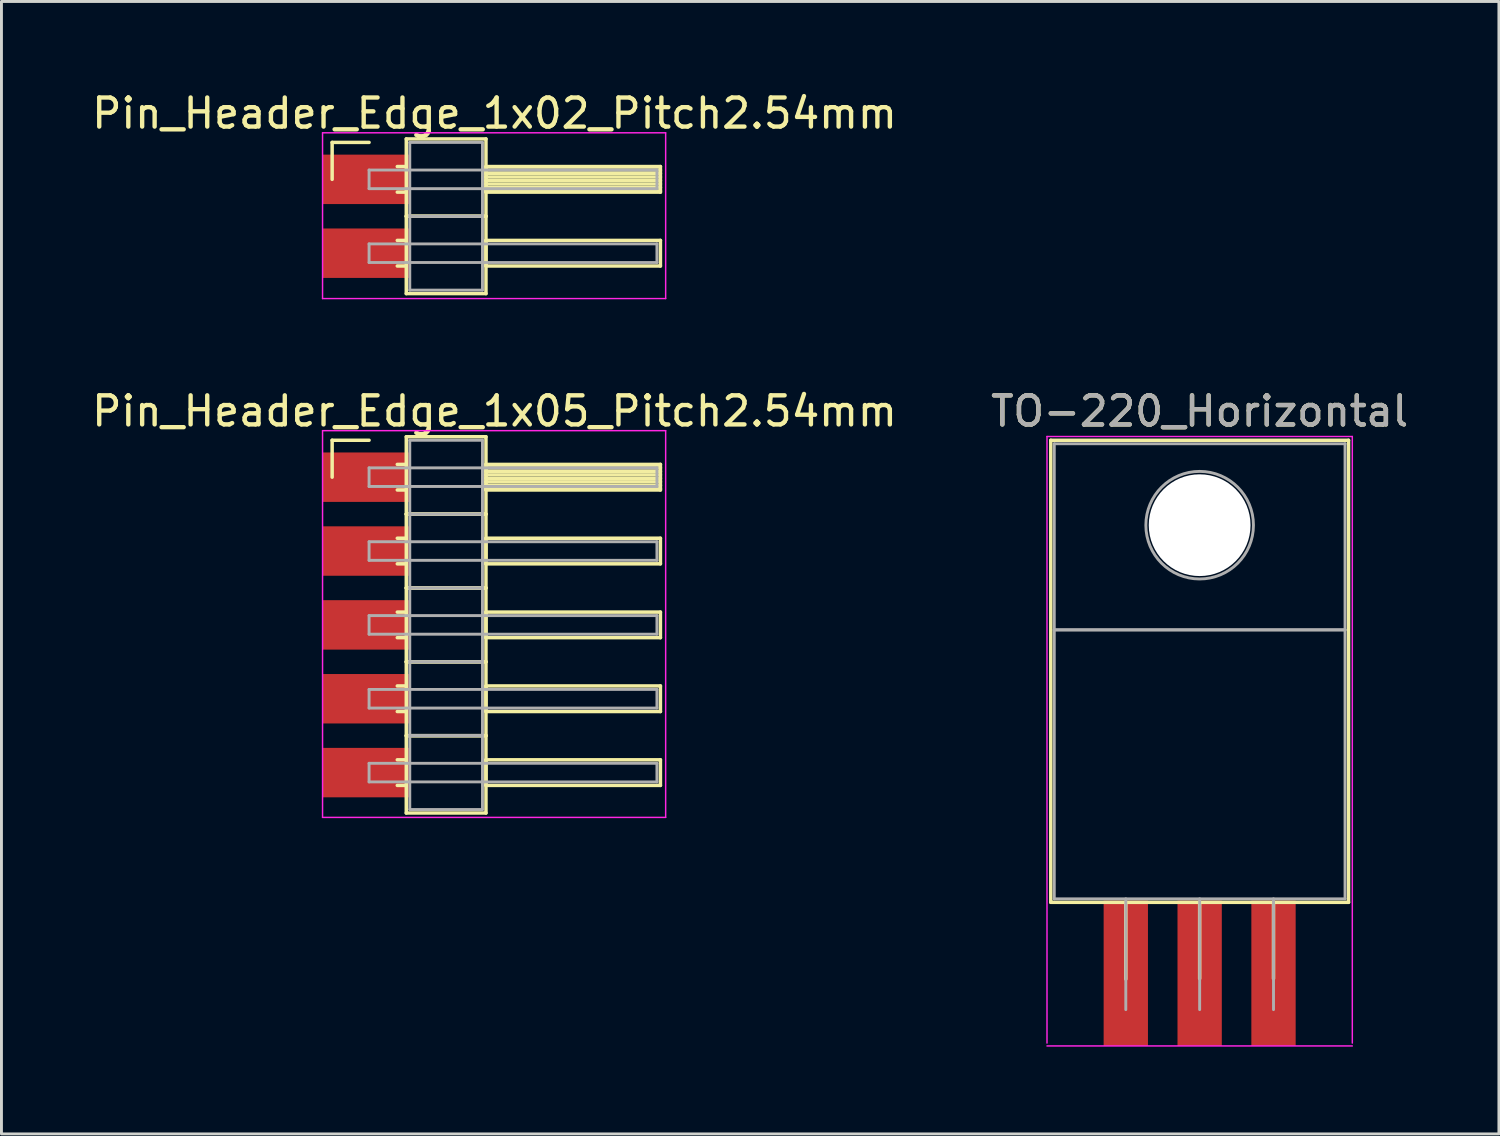
<source format=kicad_pcb>
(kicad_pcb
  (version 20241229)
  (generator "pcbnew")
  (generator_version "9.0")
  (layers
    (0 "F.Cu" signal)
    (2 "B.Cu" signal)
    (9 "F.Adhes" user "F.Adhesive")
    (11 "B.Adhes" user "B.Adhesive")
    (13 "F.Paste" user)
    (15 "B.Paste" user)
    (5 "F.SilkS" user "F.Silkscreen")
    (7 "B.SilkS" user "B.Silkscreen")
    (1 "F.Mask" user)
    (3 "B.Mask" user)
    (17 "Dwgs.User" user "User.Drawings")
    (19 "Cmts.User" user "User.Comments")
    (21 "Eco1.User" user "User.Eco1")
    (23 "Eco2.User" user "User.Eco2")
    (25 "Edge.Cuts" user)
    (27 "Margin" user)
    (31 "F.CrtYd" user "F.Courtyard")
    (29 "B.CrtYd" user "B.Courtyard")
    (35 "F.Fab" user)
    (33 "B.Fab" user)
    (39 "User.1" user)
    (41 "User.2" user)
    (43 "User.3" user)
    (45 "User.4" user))
  (footprint "Pin_Header_Edge_1x05_Pitch2.54mm"
    (layer "F.Cu")
    (at 9.643 13.361)
    (property "Reference" "Pin_Header_Edge_1x05_Pitch2.54mm" (at 4.315 -2.27 0) (layer "F.SilkS") (effects (font (size 1 1) (thickness 0.15))))
    (attr through_hole)
    (fp_line (start -1.27 -1.27) (end 0 -1.27) (stroke (width 0.12) (type solid)) (layer "F.SilkS"))
    (fp_line (start -1.27 0) (end -1.27 -1.27) (stroke (width 0.12) (type solid)) (layer "F.SilkS"))
    (fp_line (start 0.97 -0.44) (end 1.28 -0.44) (stroke (width 0.12) (type solid)) (layer "F.SilkS"))
    (fp_line (start 0.97 0.44) (end 1.28 0.44) (stroke (width 0.12) (type solid)) (layer "F.SilkS"))
    (fp_line (start 0.97 2.1) (end 1.28 2.1) (stroke (width 0.12) (type solid)) (layer "F.SilkS"))
    (fp_line (start 0.97 2.98) (end 1.28 2.98) (stroke (width 0.12) (type solid)) (layer "F.SilkS"))
    (fp_line (start 0.97 4.64) (end 1.28 4.64) (stroke (width 0.12) (type solid)) (layer "F.SilkS"))
    (fp_line (start 0.97 5.52) (end 1.28 5.52) (stroke (width 0.12) (type solid)) (layer "F.SilkS"))
    (fp_line (start 0.97 7.18) (end 1.28 7.18) (stroke (width 0.12) (type solid)) (layer "F.SilkS"))
    (fp_line (start 0.97 8.06) (end 1.28 8.06) (stroke (width 0.12) (type solid)) (layer "F.SilkS"))
    (fp_line (start 0.97 9.72) (end 1.28 9.72) (stroke (width 0.12) (type solid)) (layer "F.SilkS"))
    (fp_line (start 0.97 10.6) (end 1.28 10.6) (stroke (width 0.12) (type solid)) (layer "F.SilkS"))
    (fp_line (start 1.28 -1.39) (end 1.28 1.27) (stroke (width 0.12) (type solid)) (layer "F.SilkS"))
    (fp_line (start 1.28 1.27) (end 1.28 3.81) (stroke (width 0.12) (type solid)) (layer "F.SilkS"))
    (fp_line (start 1.28 1.27) (end 4.02 1.27) (stroke (width 0.12) (type solid)) (layer "F.SilkS"))
    (fp_line (start 1.28 3.81) (end 1.28 6.35) (stroke (width 0.12) (type solid)) (layer "F.SilkS"))
    (fp_line (start 1.28 3.81) (end 4.02 3.81) (stroke (width 0.12) (type solid)) (layer "F.SilkS"))
    (fp_line (start 1.28 6.35) (end 1.28 8.89) (stroke (width 0.12) (type solid)) (layer "F.SilkS"))
    (fp_line (start 1.28 6.35) (end 4.02 6.35) (stroke (width 0.12) (type solid)) (layer "F.SilkS"))
    (fp_line (start 1.28 8.89) (end 1.28 11.55) (stroke (width 0.12) (type solid)) (layer "F.SilkS"))
    (fp_line (start 1.28 8.89) (end 4.02 8.89) (stroke (width 0.12) (type solid)) (layer "F.SilkS"))
    (fp_line (start 1.28 11.55) (end 4.02 11.55) (stroke (width 0.12) (type solid)) (layer "F.SilkS"))
    (fp_line (start 4.02 -1.39) (end 1.28 -1.39) (stroke (width 0.12) (type solid)) (layer "F.SilkS"))
    (fp_line (start 4.02 -0.44) (end 4.02 0.44) (stroke (width 0.12) (type solid)) (layer "F.SilkS"))
    (fp_line (start 4.02 -0.32) (end 10.02 -0.32) (stroke (width 0.12) (type solid)) (layer "F.SilkS"))
    (fp_line (start 4.02 -0.2) (end 10.02 -0.2) (stroke (width 0.12) (type solid)) (layer "F.SilkS"))
    (fp_line (start 4.02 -0.08) (end 10.02 -0.08) (stroke (width 0.12) (type solid)) (layer "F.SilkS"))
    (fp_line (start 4.02 0.04) (end 10.02 0.04) (stroke (width 0.12) (type solid)) (layer "F.SilkS"))
    (fp_line (start 4.02 0.16) (end 10.02 0.16) (stroke (width 0.12) (type solid)) (layer "F.SilkS"))
    (fp_line (start 4.02 0.28) (end 10.02 0.28) (stroke (width 0.12) (type solid)) (layer "F.SilkS"))
    (fp_line (start 4.02 0.4) (end 10.02 0.4) (stroke (width 0.12) (type solid)) (layer "F.SilkS"))
    (fp_line (start 4.02 0.44) (end 10.02 0.44) (stroke (width 0.12) (type solid)) (layer "F.SilkS"))
    (fp_line (start 4.02 1.27) (end 1.28 1.27) (stroke (width 0.12) (type solid)) (layer "F.SilkS"))
    (fp_line (start 4.02 1.27) (end 4.02 -1.39) (stroke (width 0.12) (type solid)) (layer "F.SilkS"))
    (fp_line (start 4.02 2.1) (end 4.02 2.98) (stroke (width 0.12) (type solid)) (layer "F.SilkS"))
    (fp_line (start 4.02 2.98) (end 10.02 2.98) (stroke (width 0.12) (type solid)) (layer "F.SilkS"))
    (fp_line (start 4.02 3.81) (end 1.28 3.81) (stroke (width 0.12) (type solid)) (layer "F.SilkS"))
    (fp_line (start 4.02 3.81) (end 4.02 1.27) (stroke (width 0.12) (type solid)) (layer "F.SilkS"))
    (fp_line (start 4.02 4.64) (end 4.02 5.52) (stroke (width 0.12) (type solid)) (layer "F.SilkS"))
    (fp_line (start 4.02 5.52) (end 10.02 5.52) (stroke (width 0.12) (type solid)) (layer "F.SilkS"))
    (fp_line (start 4.02 6.35) (end 1.28 6.35) (stroke (width 0.12) (type solid)) (layer "F.SilkS"))
    (fp_line (start 4.02 6.35) (end 4.02 3.81) (stroke (width 0.12) (type solid)) (layer "F.SilkS"))
    (fp_line (start 4.02 7.18) (end 4.02 8.06) (stroke (width 0.12) (type solid)) (layer "F.SilkS"))
    (fp_line (start 4.02 8.06) (end 10.02 8.06) (stroke (width 0.12) (type solid)) (layer "F.SilkS"))
    (fp_line (start 4.02 8.89) (end 1.28 8.89) (stroke (width 0.12) (type solid)) (layer "F.SilkS"))
    (fp_line (start 4.02 8.89) (end 4.02 6.35) (stroke (width 0.12) (type solid)) (layer "F.SilkS"))
    (fp_line (start 4.02 9.72) (end 4.02 10.6) (stroke (width 0.12) (type solid)) (layer "F.SilkS"))
    (fp_line (start 4.02 10.6) (end 10.02 10.6) (stroke (width 0.12) (type solid)) (layer "F.SilkS"))
    (fp_line (start 4.02 11.55) (end 4.02 8.89) (stroke (width 0.12) (type solid)) (layer "F.SilkS"))
    (fp_line (start 10.02 -0.44) (end 4.02 -0.44) (stroke (width 0.12) (type solid)) (layer "F.SilkS"))
    (fp_line (start 10.02 0.44) (end 10.02 -0.44) (stroke (width 0.12) (type solid)) (layer "F.SilkS"))
    (fp_line (start 10.02 2.1) (end 4.02 2.1) (stroke (width 0.12) (type solid)) (layer "F.SilkS"))
    (fp_line (start 10.02 2.98) (end 10.02 2.1) (stroke (width 0.12) (type solid)) (layer "F.SilkS"))
    (fp_line (start 10.02 4.64) (end 4.02 4.64) (stroke (width 0.12) (type solid)) (layer "F.SilkS"))
    (fp_line (start 10.02 5.52) (end 10.02 4.64) (stroke (width 0.12) (type solid)) (layer "F.SilkS"))
    (fp_line (start 10.02 7.18) (end 4.02 7.18) (stroke (width 0.12) (type solid)) (layer "F.SilkS"))
    (fp_line (start 10.02 8.06) (end 10.02 7.18) (stroke (width 0.12) (type solid)) (layer "F.SilkS"))
    (fp_line (start 10.02 9.72) (end 4.02 9.72) (stroke (width 0.12) (type solid)) (layer "F.SilkS"))
    (fp_line (start 10.02 10.6) (end 10.02 9.72) (stroke (width 0.12) (type solid)) (layer "F.SilkS"))
    (fp_line (start -1.6 -1.6) (end -1.6 11.7) (stroke (width 0.05) (type solid)) (layer "F.CrtYd"))
    (fp_line (start -1.6 11.7) (end 10.2 11.7) (stroke (width 0.05) (type solid)) (layer "F.CrtYd"))
    (fp_line (start 10.2 -1.6) (end -1.6 -1.6) (stroke (width 0.05) (type solid)) (layer "F.CrtYd"))
    (fp_line (start 10.2 11.7) (end 10.2 -1.6) (stroke (width 0.05) (type solid)) (layer "F.CrtYd"))
    (fp_line (start 0 -0.32) (end 0 0.32) (stroke (width 0.1) (type solid)) (layer "F.Fab"))
    (fp_line (start 0 0.32) (end 9.9 0.32) (stroke (width 0.1) (type solid)) (layer "F.Fab"))
    (fp_line (start 0 2.22) (end 0 2.86) (stroke (width 0.1) (type solid)) (layer "F.Fab"))
    (fp_line (start 0 2.86) (end 9.9 2.86) (stroke (width 0.1) (type solid)) (layer "F.Fab"))
    (fp_line (start 0 4.76) (end 0 5.4) (stroke (width 0.1) (type solid)) (layer "F.Fab"))
    (fp_line (start 0 5.4) (end 9.9 5.4) (stroke (width 0.1) (type solid)) (layer "F.Fab"))
    (fp_line (start 0 7.3) (end 0 7.94) (stroke (width 0.1) (type solid)) (layer "F.Fab"))
    (fp_line (start 0 7.94) (end 9.9 7.94) (stroke (width 0.1) (type solid)) (layer "F.Fab"))
    (fp_line (start 0 9.84) (end 0 10.48) (stroke (width 0.1) (type solid)) (layer "F.Fab"))
    (fp_line (start 0 10.48) (end 9.9 10.48) (stroke (width 0.1) (type solid)) (layer "F.Fab"))
    (fp_line (start 1.4 -1.27) (end 1.4 1.27) (stroke (width 0.1) (type solid)) (layer "F.Fab"))
    (fp_line (start 1.4 1.27) (end 1.4 3.81) (stroke (width 0.1) (type solid)) (layer "F.Fab"))
    (fp_line (start 1.4 1.27) (end 3.9 1.27) (stroke (width 0.1) (type solid)) (layer "F.Fab"))
    (fp_line (start 1.4 3.81) (end 1.4 6.35) (stroke (width 0.1) (type solid)) (layer "F.Fab"))
    (fp_line (start 1.4 3.81) (end 3.9 3.81) (stroke (width 0.1) (type solid)) (layer "F.Fab"))
    (fp_line (start 1.4 6.35) (end 1.4 8.89) (stroke (width 0.1) (type solid)) (layer "F.Fab"))
    (fp_line (start 1.4 6.35) (end 3.9 6.35) (stroke (width 0.1) (type solid)) (layer "F.Fab"))
    (fp_line (start 1.4 8.89) (end 1.4 11.43) (stroke (width 0.1) (type solid)) (layer "F.Fab"))
    (fp_line (start 1.4 8.89) (end 3.9 8.89) (stroke (width 0.1) (type solid)) (layer "F.Fab"))
    (fp_line (start 1.4 11.43) (end 3.9 11.43) (stroke (width 0.1) (type solid)) (layer "F.Fab"))
    (fp_line (start 3.9 -1.27) (end 1.4 -1.27) (stroke (width 0.1) (type solid)) (layer "F.Fab"))
    (fp_line (start 3.9 1.27) (end 1.4 1.27) (stroke (width 0.1) (type solid)) (layer "F.Fab"))
    (fp_line (start 3.9 1.27) (end 3.9 -1.27) (stroke (width 0.1) (type solid)) (layer "F.Fab"))
    (fp_line (start 3.9 3.81) (end 1.4 3.81) (stroke (width 0.1) (type solid)) (layer "F.Fab"))
    (fp_line (start 3.9 3.81) (end 3.9 1.27) (stroke (width 0.1) (type solid)) (layer "F.Fab"))
    (fp_line (start 3.9 6.35) (end 1.4 6.35) (stroke (width 0.1) (type solid)) (layer "F.Fab"))
    (fp_line (start 3.9 6.35) (end 3.9 3.81) (stroke (width 0.1) (type solid)) (layer "F.Fab"))
    (fp_line (start 3.9 8.89) (end 1.4 8.89) (stroke (width 0.1) (type solid)) (layer "F.Fab"))
    (fp_line (start 3.9 8.89) (end 3.9 6.35) (stroke (width 0.1) (type solid)) (layer "F.Fab"))
    (fp_line (start 3.9 11.43) (end 3.9 8.89) (stroke (width 0.1) (type solid)) (layer "F.Fab"))
    (fp_line (start 9.9 -0.32) (end 0 -0.32) (stroke (width 0.1) (type solid)) (layer "F.Fab"))
    (fp_line (start 9.9 0.32) (end 9.9 -0.32) (stroke (width 0.1) (type solid)) (layer "F.Fab"))
    (fp_line (start 9.9 2.22) (end 0 2.22) (stroke (width 0.1) (type solid)) (layer "F.Fab"))
    (fp_line (start 9.9 2.86) (end 9.9 2.22) (stroke (width 0.1) (type solid)) (layer "F.Fab"))
    (fp_line (start 9.9 4.76) (end 0 4.76) (stroke (width 0.1) (type solid)) (layer "F.Fab"))
    (fp_line (start 9.9 5.4) (end 9.9 4.76) (stroke (width 0.1) (type solid)) (layer "F.Fab"))
    (fp_line (start 9.9 7.3) (end 0 7.3) (stroke (width 0.1) (type solid)) (layer "F.Fab"))
    (fp_line (start 9.9 7.94) (end 9.9 7.3) (stroke (width 0.1) (type solid)) (layer "F.Fab"))
    (fp_line (start 9.9 9.84) (end 0 9.84) (stroke (width 0.1) (type solid)) (layer "F.Fab"))
    (fp_line (start 9.9 10.48) (end 9.9 9.84) (stroke (width 0.1) (type solid)) (layer "F.Fab"))
    (pad "1" smd rect (at -0.1 0) (size 3 1.7) (layers "F.Cu" "F.Mask" "F.Paste"))
    (pad "2" smd rect (at -0.1 2.54) (size 3 1.7) (layers "F.Cu" "F.Mask" "F.Paste"))
    (pad "3" smd rect (at -0.1 5.08) (size 3 1.7) (layers "F.Cu" "F.Mask" "F.Paste"))
    (pad "4" smd rect (at -0.1 7.62) (size 3 1.7) (layers "F.Cu" "F.Mask" "F.Paste"))
    (pad "5" smd rect (at -0.1 10.16) (size 3 1.7) (layers "F.Cu" "F.Mask" "F.Paste")))
  (footprint "TO-220_Horizontal"
    (layer "F.Cu")
    (at 35.668 31.672)
    (property "Reference" "TO-220_Horizontal" (at 2.54 -20.58 0) (layer "F.SilkS") (effects (font (size 1 1) (thickness 0.15))))
    (attr through_hole)
    (fp_line (start -2.58 -19.58) (end -2.58 -3.69) (stroke (width 0.12) (type solid)) (layer "F.SilkS"))
    (fp_line (start -2.58 -19.58) (end 7.66 -19.58) (stroke (width 0.12) (type solid)) (layer "F.SilkS"))
    (fp_line (start -2.58 -3.69) (end 7.66 -3.69) (stroke (width 0.12) (type solid)) (layer "F.SilkS"))
    (fp_line (start 0 -3.69) (end 0 -1.05) (stroke (width 0.12) (type solid)) (layer "F.SilkS"))
    (fp_line (start 2.54 -3.69) (end 2.54 -1.066) (stroke (width 0.12) (type solid)) (layer "F.SilkS"))
    (fp_line (start 5.08 -3.69) (end 5.08 -1.066) (stroke (width 0.12) (type solid)) (layer "F.SilkS"))
    (fp_line (start 7.66 -19.58) (end 7.66 -3.69) (stroke (width 0.12) (type solid)) (layer "F.SilkS"))
    (fp_line (start -2.71 -19.71) (end -2.71 1.15) (stroke (width 0.05) (type solid)) (layer "F.CrtYd"))
    (fp_line (start -2.71 1.25) (end 7.79 1.25) (stroke (width 0.05) (type solid)) (layer "F.CrtYd"))
    (fp_line (start 7.79 -19.71) (end -2.71 -19.71) (stroke (width 0.05) (type solid)) (layer "F.CrtYd"))
    (fp_line (start 7.79 1.15) (end 7.79 -19.71) (stroke (width 0.05) (type solid)) (layer "F.CrtYd"))
    (fp_line (start -2.46 -19.46) (end 7.54 -19.46) (stroke (width 0.1) (type solid)) (layer "F.Fab"))
    (fp_line (start -2.46 -13.06) (end -2.46 -19.46) (stroke (width 0.1) (type solid)) (layer "F.Fab"))
    (fp_line (start -2.46 -13.06) (end 7.54 -13.06) (stroke (width 0.1) (type solid)) (layer "F.Fab"))
    (fp_line (start -2.46 -3.81) (end -2.46 -13.06) (stroke (width 0.1) (type solid)) (layer "F.Fab"))
    (fp_line (start 0 -3.81) (end 0 0) (stroke (width 0.1) (type solid)) (layer "F.Fab"))
    (fp_line (start 2.54 -3.81) (end 2.54 0) (stroke (width 0.1) (type solid)) (layer "F.Fab"))
    (fp_line (start 5.08 -3.81) (end 5.08 0) (stroke (width 0.1) (type solid)) (layer "F.Fab"))
    (fp_line (start 7.54 -19.46) (end 7.54 -13.06) (stroke (width 0.1) (type solid)) (layer "F.Fab"))
    (fp_line (start 7.54 -13.06) (end -2.46 -13.06) (stroke (width 0.1) (type solid)) (layer "F.Fab"))
    (fp_line (start 7.54 -13.06) (end 7.54 -3.81) (stroke (width 0.1) (type solid)) (layer "F.Fab"))
    (fp_line (start 7.54 -3.81) (end -2.46 -3.81) (stroke (width 0.1) (type solid)) (layer "F.Fab"))
    (fp_circle (center 2.54 -16.66) (end 4.39 -16.66) (stroke (width 0.1) (type solid)) (fill no) (layer "F.Fab"))
    (fp_text user "${REFERENCE}" (at 2.54 -20.58 0) (layer "F.Fab") (effects (font (size 1 1) (thickness 0.15))))
    (pad "" np_thru_hole oval (at 2.54 -16.66) (size 3.5 3.5) (drill 3.5) (layers "*.Cu" "*.Mask"))
    (pad "1" smd rect (at 0 -1.25) (size 1.524 5) (layers "F.Cu" "F.Mask" "F.Paste"))
    (pad "2" smd rect (at 2.54 -1.25) (size 1.524 5) (layers "F.Cu" "F.Mask" "F.Paste"))
    (pad "3" smd rect (at 5.08 -1.25) (size 1.524 5) (layers "F.Cu" "F.Mask" "F.Paste")))
  (footprint "Pin_Header_Edge_1x02_Pitch2.54mm"
    (layer "F.Cu")
    (at 9.643 3.118)
    (property "Reference" "Pin_Header_Edge_1x02_Pitch2.54mm" (at 4.315 -2.27 0) (layer "F.SilkS") (effects (font (size 1 1) (thickness 0.15))))
    (attr through_hole)
    (fp_line (start -1.27 -1.27) (end 0 -1.27) (stroke (width 0.12) (type solid)) (layer "F.SilkS"))
    (fp_line (start -1.27 0) (end -1.27 -1.27) (stroke (width 0.12) (type solid)) (layer "F.SilkS"))
    (fp_line (start 0.97 -0.44) (end 1.28 -0.44) (stroke (width 0.12) (type solid)) (layer "F.SilkS"))
    (fp_line (start 0.97 0.44) (end 1.28 0.44) (stroke (width 0.12) (type solid)) (layer "F.SilkS"))
    (fp_line (start 0.97 2.1) (end 1.28 2.1) (stroke (width 0.12) (type solid)) (layer "F.SilkS"))
    (fp_line (start 0.97 2.98) (end 1.28 2.98) (stroke (width 0.12) (type solid)) (layer "F.SilkS"))
    (fp_line (start 1.28 -1.39) (end 1.28 1.27) (stroke (width 0.12) (type solid)) (layer "F.SilkS"))
    (fp_line (start 1.28 1.27) (end 1.28 3.93) (stroke (width 0.12) (type solid)) (layer "F.SilkS"))
    (fp_line (start 1.28 1.27) (end 4.02 1.27) (stroke (width 0.12) (type solid)) (layer "F.SilkS"))
    (fp_line (start 1.28 3.93) (end 4.02 3.93) (stroke (width 0.12) (type solid)) (layer "F.SilkS"))
    (fp_line (start 4.02 -1.39) (end 1.28 -1.39) (stroke (width 0.12) (type solid)) (layer "F.SilkS"))
    (fp_line (start 4.02 -0.44) (end 4.02 0.44) (stroke (width 0.12) (type solid)) (layer "F.SilkS"))
    (fp_line (start 4.02 -0.32) (end 10.02 -0.32) (stroke (width 0.12) (type solid)) (layer "F.SilkS"))
    (fp_line (start 4.02 -0.2) (end 10.02 -0.2) (stroke (width 0.12) (type solid)) (layer "F.SilkS"))
    (fp_line (start 4.02 -0.08) (end 10.02 -0.08) (stroke (width 0.12) (type solid)) (layer "F.SilkS"))
    (fp_line (start 4.02 0.04) (end 10.02 0.04) (stroke (width 0.12) (type solid)) (layer "F.SilkS"))
    (fp_line (start 4.02 0.16) (end 10.02 0.16) (stroke (width 0.12) (type solid)) (layer "F.SilkS"))
    (fp_line (start 4.02 0.28) (end 10.02 0.28) (stroke (width 0.12) (type solid)) (layer "F.SilkS"))
    (fp_line (start 4.02 0.4) (end 10.02 0.4) (stroke (width 0.12) (type solid)) (layer "F.SilkS"))
    (fp_line (start 4.02 0.44) (end 10.02 0.44) (stroke (width 0.12) (type solid)) (layer "F.SilkS"))
    (fp_line (start 4.02 1.27) (end 1.28 1.27) (stroke (width 0.12) (type solid)) (layer "F.SilkS"))
    (fp_line (start 4.02 1.27) (end 4.02 -1.39) (stroke (width 0.12) (type solid)) (layer "F.SilkS"))
    (fp_line (start 4.02 2.1) (end 4.02 2.98) (stroke (width 0.12) (type solid)) (layer "F.SilkS"))
    (fp_line (start 4.02 2.98) (end 10.02 2.98) (stroke (width 0.12) (type solid)) (layer "F.SilkS"))
    (fp_line (start 4.02 3.93) (end 4.02 1.27) (stroke (width 0.12) (type solid)) (layer "F.SilkS"))
    (fp_line (start 10.02 -0.44) (end 4.02 -0.44) (stroke (width 0.12) (type solid)) (layer "F.SilkS"))
    (fp_line (start 10.02 0.44) (end 10.02 -0.44) (stroke (width 0.12) (type solid)) (layer "F.SilkS"))
    (fp_line (start 10.02 2.1) (end 4.02 2.1) (stroke (width 0.12) (type solid)) (layer "F.SilkS"))
    (fp_line (start 10.02 2.98) (end 10.02 2.1) (stroke (width 0.12) (type solid)) (layer "F.SilkS"))
    (fp_line (start -1.6 -1.6) (end -1.6 4.1) (stroke (width 0.05) (type solid)) (layer "F.CrtYd"))
    (fp_line (start -1.6 4.1) (end 10.2 4.1) (stroke (width 0.05) (type solid)) (layer "F.CrtYd"))
    (fp_line (start 10.2 -1.6) (end -1.6 -1.6) (stroke (width 0.05) (type solid)) (layer "F.CrtYd"))
    (fp_line (start 10.2 4.1) (end 10.2 -1.6) (stroke (width 0.05) (type solid)) (layer "F.CrtYd"))
    (fp_line (start 0 -0.32) (end 0 0.32) (stroke (width 0.1) (type solid)) (layer "F.Fab"))
    (fp_line (start 0 0.32) (end 9.9 0.32) (stroke (width 0.1) (type solid)) (layer "F.Fab"))
    (fp_line (start 0 2.22) (end 0 2.86) (stroke (width 0.1) (type solid)) (layer "F.Fab"))
    (fp_line (start 0 2.86) (end 9.9 2.86) (stroke (width 0.1) (type solid)) (layer "F.Fab"))
    (fp_line (start 1.4 -1.27) (end 1.4 1.27) (stroke (width 0.1) (type solid)) (layer "F.Fab"))
    (fp_line (start 1.4 1.27) (end 1.4 3.81) (stroke (width 0.1) (type solid)) (layer "F.Fab"))
    (fp_line (start 1.4 1.27) (end 3.9 1.27) (stroke (width 0.1) (type solid)) (layer "F.Fab"))
    (fp_line (start 1.4 3.81) (end 3.9 3.81) (stroke (width 0.1) (type solid)) (layer "F.Fab"))
    (fp_line (start 3.9 -1.27) (end 1.4 -1.27) (stroke (width 0.1) (type solid)) (layer "F.Fab"))
    (fp_line (start 3.9 1.27) (end 1.4 1.27) (stroke (width 0.1) (type solid)) (layer "F.Fab"))
    (fp_line (start 3.9 1.27) (end 3.9 -1.27) (stroke (width 0.1) (type solid)) (layer "F.Fab"))
    (fp_line (start 3.9 3.81) (end 3.9 1.27) (stroke (width 0.1) (type solid)) (layer "F.Fab"))
    (fp_line (start 9.9 -0.32) (end 0 -0.32) (stroke (width 0.1) (type solid)) (layer "F.Fab"))
    (fp_line (start 9.9 0.32) (end 9.9 -0.32) (stroke (width 0.1) (type solid)) (layer "F.Fab"))
    (fp_line (start 9.9 2.22) (end 0 2.22) (stroke (width 0.1) (type solid)) (layer "F.Fab"))
    (fp_line (start 9.9 2.86) (end 9.9 2.22) (stroke (width 0.1) (type solid)) (layer "F.Fab"))
    (pad "1" smd rect (at -0.1 0) (size 3 1.7) (layers "F.Cu" "F.Mask" "F.Paste"))
    (pad "2" smd rect (at -0.1 2.54) (size 3 1.7) (layers "F.Cu" "F.Mask" "F.Paste")))
  (gr_rect
    (start -3 -3)
    (end 48.5 35.947)
    (stroke (width 0.1) (type default))
    (fill no)
    (layer "Edge.Cuts")))
</source>
